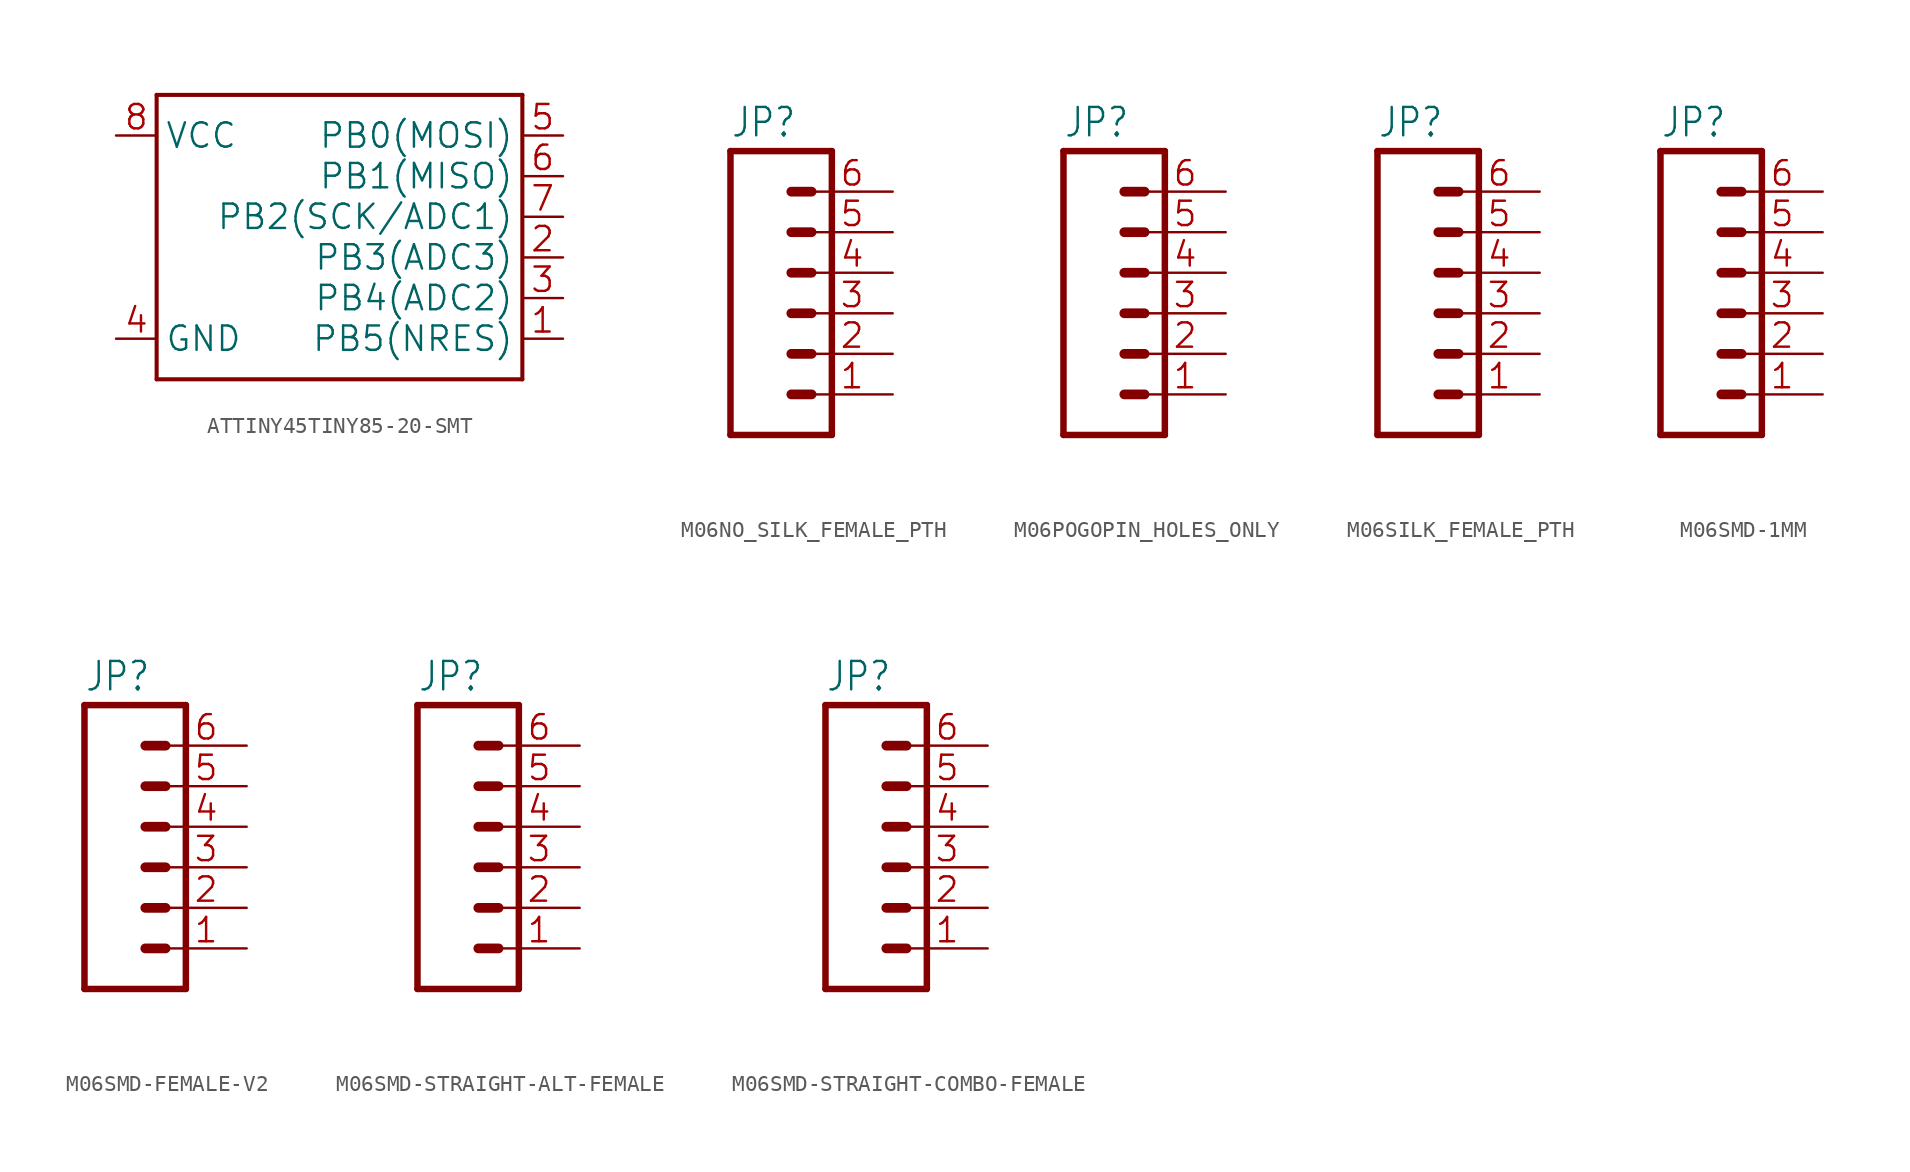
<source format=kicad_sym>
(kicad_symbol_lib
  (version 20241209)
  (generator "kicad_symbol_editor")
  (generator_version "9.0")
  (symbol "ATTINY45TINY85-20-SMT"
    (property "Reference" "U"
      (at -12.7 10.16 0)
      (effects (font (size 1.778 1.511)) (justify left bottom) (hide yes)))
    (property "ki_locked" ""
      (at 0 0 0)
      (effects (font (size 1.27 1.27))))
    (symbol "ATTINY45TINY85-20-SMT_1_0"
      (polyline (pts (xy -12.7 10.16) (xy 10.16 10.16)) (stroke (width 0.254) (type solid)) (fill (type none)))
      (polyline (pts (xy -12.7 -7.62) (xy -12.7 10.16)) (stroke (width 0.254) (type solid)) (fill (type none)))
      (polyline (pts (xy 10.16 10.16) (xy 10.16 -7.62)) (stroke (width 0.254) (type solid)) (fill (type none)))
      (polyline (pts (xy 10.16 -7.62) (xy -12.7 -7.62)) (stroke (width 0.254) (type solid)) (fill (type none)))
      (pin bidirectional line (at -15.24 7.62 0) (length 2.54) (name "VCC" (effects (font (size 1.524 1.524)))) (number "8" (effects (font (size 1.524 1.524)))))
      (pin bidirectional line (at -15.24 -5.08 0) (length 2.54) (name "GND" (effects (font (size 1.524 1.524)))) (number "4" (effects (font (size 1.524 1.524)))))
      (pin bidirectional line (at 12.7 7.62 180) (length 2.54) (name "PB0(MOSI)" (effects (font (size 1.524 1.524)))) (number "5" (effects (font (size 1.524 1.524)))))
      (pin bidirectional line (at 12.7 5.08 180) (length 2.54) (name "PB1(MISO)" (effects (font (size 1.524 1.524)))) (number "6" (effects (font (size 1.524 1.524)))))
      (pin bidirectional line (at 12.7 2.54 180) (length 2.54) (name "PB2(SCK/ADC1)" (effects (font (size 1.524 1.524)))) (number "7" (effects (font (size 1.524 1.524)))))
      (pin bidirectional line (at 12.7 0 180) (length 2.54) (name "PB3(ADC3)" (effects (font (size 1.524 1.524)))) (number "2" (effects (font (size 1.524 1.524)))))
      (pin bidirectional line (at 12.7 -2.54 180) (length 2.54) (name "PB4(ADC2)" (effects (font (size 1.524 1.524)))) (number "3" (effects (font (size 1.524 1.524)))))
      (pin bidirectional line (at 12.7 -5.08 180) (length 2.54) (name "PB5(NRES)" (effects (font (size 1.524 1.524)))) (number "1" (effects (font (size 1.524 1.524)))))))
  (symbol "M06NO_SILK_FEMALE_PTH"
    (property "Reference" "JP"
      (at -5.08 10.922 0)
      (effects (font (size 1.778 1.511)) (justify left bottom)))
    (property "Value" ""
      (at -5.08 -10.16 0)
      (effects (font (size 1.778 1.511)) (justify left bottom)))
    (property "ki_locked" ""
      (at 0 0 0)
      (effects (font (size 1.27 1.27))))
    (symbol "M06NO_SILK_FEMALE_PTH_1_0"
      (polyline (pts (xy -5.08 10.16) (xy -5.08 -7.62)) (stroke (width 0.406) (type solid)) (fill (type none)))
      (polyline (pts (xy -5.08 10.16) (xy 1.27 10.16)) (stroke (width 0.406) (type solid)) (fill (type none)))
      (polyline (pts (xy -1.27 7.62) (xy 0 7.62)) (stroke (width 0.61) (type solid)) (fill (type none)))
      (polyline (pts (xy -1.27 5.08) (xy 0 5.08)) (stroke (width 0.61) (type solid)) (fill (type none)))
      (polyline (pts (xy -1.27 2.54) (xy 0 2.54)) (stroke (width 0.61) (type solid)) (fill (type none)))
      (polyline (pts (xy -1.27 0) (xy 0 0)) (stroke (width 0.61) (type solid)) (fill (type none)))
      (polyline (pts (xy -1.27 -2.54) (xy 0 -2.54)) (stroke (width 0.61) (type solid)) (fill (type none)))
      (polyline (pts (xy -1.27 -5.08) (xy 0 -5.08)) (stroke (width 0.61) (type solid)) (fill (type none)))
      (polyline (pts (xy 1.27 -7.62) (xy -5.08 -7.62)) (stroke (width 0.406) (type solid)) (fill (type none)))
      (polyline (pts (xy 1.27 -7.62) (xy 1.27 10.16)) (stroke (width 0.406) (type solid)) (fill (type none)))
      (pin passive line (at 5.08 7.62 180) (length 5.08) (name "6" (effects (font (size 0 0)))) (number "6" (effects (font (size 1.524 1.524)))))
      (pin passive line (at 5.08 5.08 180) (length 5.08) (name "5" (effects (font (size 0 0)))) (number "5" (effects (font (size 1.524 1.524)))))
      (pin passive line (at 5.08 2.54 180) (length 5.08) (name "4" (effects (font (size 0 0)))) (number "4" (effects (font (size 1.524 1.524)))))
      (pin passive line (at 5.08 0 180) (length 5.08) (name "3" (effects (font (size 0 0)))) (number "3" (effects (font (size 1.524 1.524)))))
      (pin passive line (at 5.08 -2.54 180) (length 5.08) (name "2" (effects (font (size 0 0)))) (number "2" (effects (font (size 1.524 1.524)))))
      (pin passive line (at 5.08 -5.08 180) (length 5.08) (name "1" (effects (font (size 0 0)))) (number "1" (effects (font (size 1.524 1.524)))))))
  (symbol "M06POGOPIN_HOLES_ONLY"
    (property "Reference" "JP"
      (at -5.08 10.922 0)
      (effects (font (size 1.778 1.511)) (justify left bottom)))
    (property "Value" ""
      (at -5.08 -10.16 0)
      (effects (font (size 1.778 1.511)) (justify left bottom)))
    (property "ki_locked" ""
      (at 0 0 0)
      (effects (font (size 1.27 1.27))))
    (symbol "M06POGOPIN_HOLES_ONLY_1_0"
      (polyline (pts (xy -5.08 10.16) (xy -5.08 -7.62)) (stroke (width 0.406) (type solid)) (fill (type none)))
      (polyline (pts (xy -5.08 10.16) (xy 1.27 10.16)) (stroke (width 0.406) (type solid)) (fill (type none)))
      (polyline (pts (xy -1.27 7.62) (xy 0 7.62)) (stroke (width 0.61) (type solid)) (fill (type none)))
      (polyline (pts (xy -1.27 5.08) (xy 0 5.08)) (stroke (width 0.61) (type solid)) (fill (type none)))
      (polyline (pts (xy -1.27 2.54) (xy 0 2.54)) (stroke (width 0.61) (type solid)) (fill (type none)))
      (polyline (pts (xy -1.27 0) (xy 0 0)) (stroke (width 0.61) (type solid)) (fill (type none)))
      (polyline (pts (xy -1.27 -2.54) (xy 0 -2.54)) (stroke (width 0.61) (type solid)) (fill (type none)))
      (polyline (pts (xy -1.27 -5.08) (xy 0 -5.08)) (stroke (width 0.61) (type solid)) (fill (type none)))
      (polyline (pts (xy 1.27 -7.62) (xy -5.08 -7.62)) (stroke (width 0.406) (type solid)) (fill (type none)))
      (polyline (pts (xy 1.27 -7.62) (xy 1.27 10.16)) (stroke (width 0.406) (type solid)) (fill (type none)))
      (pin passive line (at 5.08 7.62 180) (length 5.08) (name "6" (effects (font (size 0 0)))) (number "6" (effects (font (size 1.524 1.524)))))
      (pin passive line (at 5.08 5.08 180) (length 5.08) (name "5" (effects (font (size 0 0)))) (number "5" (effects (font (size 1.524 1.524)))))
      (pin passive line (at 5.08 2.54 180) (length 5.08) (name "4" (effects (font (size 0 0)))) (number "4" (effects (font (size 1.524 1.524)))))
      (pin passive line (at 5.08 0 180) (length 5.08) (name "3" (effects (font (size 0 0)))) (number "3" (effects (font (size 1.524 1.524)))))
      (pin passive line (at 5.08 -2.54 180) (length 5.08) (name "2" (effects (font (size 0 0)))) (number "2" (effects (font (size 1.524 1.524)))))
      (pin passive line (at 5.08 -5.08 180) (length 5.08) (name "1" (effects (font (size 0 0)))) (number "1" (effects (font (size 1.524 1.524)))))))
  (symbol "M06SILK_FEMALE_PTH"
    (property "Reference" "JP"
      (at -5.08 10.922 0)
      (effects (font (size 1.778 1.511)) (justify left bottom)))
    (property "Value" ""
      (at -5.08 -10.16 0)
      (effects (font (size 1.778 1.511)) (justify left bottom)))
    (property "ki_locked" ""
      (at 0 0 0)
      (effects (font (size 1.27 1.27))))
    (symbol "M06SILK_FEMALE_PTH_1_0"
      (polyline (pts (xy -5.08 10.16) (xy -5.08 -7.62)) (stroke (width 0.406) (type solid)) (fill (type none)))
      (polyline (pts (xy -5.08 10.16) (xy 1.27 10.16)) (stroke (width 0.406) (type solid)) (fill (type none)))
      (polyline (pts (xy -1.27 7.62) (xy 0 7.62)) (stroke (width 0.61) (type solid)) (fill (type none)))
      (polyline (pts (xy -1.27 5.08) (xy 0 5.08)) (stroke (width 0.61) (type solid)) (fill (type none)))
      (polyline (pts (xy -1.27 2.54) (xy 0 2.54)) (stroke (width 0.61) (type solid)) (fill (type none)))
      (polyline (pts (xy -1.27 0) (xy 0 0)) (stroke (width 0.61) (type solid)) (fill (type none)))
      (polyline (pts (xy -1.27 -2.54) (xy 0 -2.54)) (stroke (width 0.61) (type solid)) (fill (type none)))
      (polyline (pts (xy -1.27 -5.08) (xy 0 -5.08)) (stroke (width 0.61) (type solid)) (fill (type none)))
      (polyline (pts (xy 1.27 -7.62) (xy -5.08 -7.62)) (stroke (width 0.406) (type solid)) (fill (type none)))
      (polyline (pts (xy 1.27 -7.62) (xy 1.27 10.16)) (stroke (width 0.406) (type solid)) (fill (type none)))
      (pin passive line (at 5.08 7.62 180) (length 5.08) (name "6" (effects (font (size 0 0)))) (number "6" (effects (font (size 1.524 1.524)))))
      (pin passive line (at 5.08 5.08 180) (length 5.08) (name "5" (effects (font (size 0 0)))) (number "5" (effects (font (size 1.524 1.524)))))
      (pin passive line (at 5.08 2.54 180) (length 5.08) (name "4" (effects (font (size 0 0)))) (number "4" (effects (font (size 1.524 1.524)))))
      (pin passive line (at 5.08 0 180) (length 5.08) (name "3" (effects (font (size 0 0)))) (number "3" (effects (font (size 1.524 1.524)))))
      (pin passive line (at 5.08 -2.54 180) (length 5.08) (name "2" (effects (font (size 0 0)))) (number "2" (effects (font (size 1.524 1.524)))))
      (pin passive line (at 5.08 -5.08 180) (length 5.08) (name "1" (effects (font (size 0 0)))) (number "1" (effects (font (size 1.524 1.524)))))))
  (symbol "M06SMD-1MM"
    (property "Reference" "JP"
      (at -5.08 10.922 0)
      (effects (font (size 1.778 1.511)) (justify left bottom)))
    (property "Value" ""
      (at -5.08 -10.16 0)
      (effects (font (size 1.778 1.511)) (justify left bottom)))
    (property "ki_locked" ""
      (at 0 0 0)
      (effects (font (size 1.27 1.27))))
    (symbol "M06SMD-1MM_1_0"
      (polyline (pts (xy -5.08 10.16) (xy -5.08 -7.62)) (stroke (width 0.406) (type solid)) (fill (type none)))
      (polyline (pts (xy -5.08 10.16) (xy 1.27 10.16)) (stroke (width 0.406) (type solid)) (fill (type none)))
      (polyline (pts (xy -1.27 7.62) (xy 0 7.62)) (stroke (width 0.61) (type solid)) (fill (type none)))
      (polyline (pts (xy -1.27 5.08) (xy 0 5.08)) (stroke (width 0.61) (type solid)) (fill (type none)))
      (polyline (pts (xy -1.27 2.54) (xy 0 2.54)) (stroke (width 0.61) (type solid)) (fill (type none)))
      (polyline (pts (xy -1.27 0) (xy 0 0)) (stroke (width 0.61) (type solid)) (fill (type none)))
      (polyline (pts (xy -1.27 -2.54) (xy 0 -2.54)) (stroke (width 0.61) (type solid)) (fill (type none)))
      (polyline (pts (xy -1.27 -5.08) (xy 0 -5.08)) (stroke (width 0.61) (type solid)) (fill (type none)))
      (polyline (pts (xy 1.27 -7.62) (xy -5.08 -7.62)) (stroke (width 0.406) (type solid)) (fill (type none)))
      (polyline (pts (xy 1.27 -7.62) (xy 1.27 10.16)) (stroke (width 0.406) (type solid)) (fill (type none)))
      (pin passive line (at 5.08 7.62 180) (length 5.08) (name "6" (effects (font (size 0 0)))) (number "6" (effects (font (size 1.524 1.524)))))
      (pin passive line (at 5.08 5.08 180) (length 5.08) (name "5" (effects (font (size 0 0)))) (number "5" (effects (font (size 1.524 1.524)))))
      (pin passive line (at 5.08 2.54 180) (length 5.08) (name "4" (effects (font (size 0 0)))) (number "4" (effects (font (size 1.524 1.524)))))
      (pin passive line (at 5.08 0 180) (length 5.08) (name "3" (effects (font (size 0 0)))) (number "3" (effects (font (size 1.524 1.524)))))
      (pin passive line (at 5.08 -2.54 180) (length 5.08) (name "2" (effects (font (size 0 0)))) (number "2" (effects (font (size 1.524 1.524)))))
      (pin passive line (at 5.08 -5.08 180) (length 5.08) (name "1" (effects (font (size 0 0)))) (number "1" (effects (font (size 1.524 1.524)))))))
  (symbol "M06SMD-FEMALE-V2"
    (property "Reference" "JP"
      (at -5.08 10.922 0)
      (effects (font (size 1.778 1.511)) (justify left bottom)))
    (property "Value" ""
      (at -5.08 -10.16 0)
      (effects (font (size 1.778 1.511)) (justify left bottom)))
    (property "ki_locked" ""
      (at 0 0 0)
      (effects (font (size 1.27 1.27))))
    (symbol "M06SMD-FEMALE-V2_1_0"
      (polyline (pts (xy -5.08 10.16) (xy -5.08 -7.62)) (stroke (width 0.406) (type solid)) (fill (type none)))
      (polyline (pts (xy -5.08 10.16) (xy 1.27 10.16)) (stroke (width 0.406) (type solid)) (fill (type none)))
      (polyline (pts (xy -1.27 7.62) (xy 0 7.62)) (stroke (width 0.61) (type solid)) (fill (type none)))
      (polyline (pts (xy -1.27 5.08) (xy 0 5.08)) (stroke (width 0.61) (type solid)) (fill (type none)))
      (polyline (pts (xy -1.27 2.54) (xy 0 2.54)) (stroke (width 0.61) (type solid)) (fill (type none)))
      (polyline (pts (xy -1.27 0) (xy 0 0)) (stroke (width 0.61) (type solid)) (fill (type none)))
      (polyline (pts (xy -1.27 -2.54) (xy 0 -2.54)) (stroke (width 0.61) (type solid)) (fill (type none)))
      (polyline (pts (xy -1.27 -5.08) (xy 0 -5.08)) (stroke (width 0.61) (type solid)) (fill (type none)))
      (polyline (pts (xy 1.27 -7.62) (xy -5.08 -7.62)) (stroke (width 0.406) (type solid)) (fill (type none)))
      (polyline (pts (xy 1.27 -7.62) (xy 1.27 10.16)) (stroke (width 0.406) (type solid)) (fill (type none)))
      (pin passive line (at 5.08 7.62 180) (length 5.08) (name "6" (effects (font (size 0 0)))) (number "6" (effects (font (size 1.524 1.524)))))
      (pin passive line (at 5.08 5.08 180) (length 5.08) (name "5" (effects (font (size 0 0)))) (number "5" (effects (font (size 1.524 1.524)))))
      (pin passive line (at 5.08 2.54 180) (length 5.08) (name "4" (effects (font (size 0 0)))) (number "4" (effects (font (size 1.524 1.524)))))
      (pin passive line (at 5.08 0 180) (length 5.08) (name "3" (effects (font (size 0 0)))) (number "3" (effects (font (size 1.524 1.524)))))
      (pin passive line (at 5.08 -2.54 180) (length 5.08) (name "2" (effects (font (size 0 0)))) (number "2" (effects (font (size 1.524 1.524)))))
      (pin passive line (at 5.08 -5.08 180) (length 5.08) (name "1" (effects (font (size 0 0)))) (number "1" (effects (font (size 1.524 1.524)))))))
  (symbol "M06SMD-STRAIGHT-ALT-FEMALE"
    (property "Reference" "JP"
      (at -5.08 10.922 0)
      (effects (font (size 1.778 1.511)) (justify left bottom)))
    (property "Value" ""
      (at -5.08 -10.16 0)
      (effects (font (size 1.778 1.511)) (justify left bottom)))
    (property "ki_locked" ""
      (at 0 0 0)
      (effects (font (size 1.27 1.27))))
    (symbol "M06SMD-STRAIGHT-ALT-FEMALE_1_0"
      (polyline (pts (xy -5.08 10.16) (xy -5.08 -7.62)) (stroke (width 0.406) (type solid)) (fill (type none)))
      (polyline (pts (xy -5.08 10.16) (xy 1.27 10.16)) (stroke (width 0.406) (type solid)) (fill (type none)))
      (polyline (pts (xy -1.27 7.62) (xy 0 7.62)) (stroke (width 0.61) (type solid)) (fill (type none)))
      (polyline (pts (xy -1.27 5.08) (xy 0 5.08)) (stroke (width 0.61) (type solid)) (fill (type none)))
      (polyline (pts (xy -1.27 2.54) (xy 0 2.54)) (stroke (width 0.61) (type solid)) (fill (type none)))
      (polyline (pts (xy -1.27 0) (xy 0 0)) (stroke (width 0.61) (type solid)) (fill (type none)))
      (polyline (pts (xy -1.27 -2.54) (xy 0 -2.54)) (stroke (width 0.61) (type solid)) (fill (type none)))
      (polyline (pts (xy -1.27 -5.08) (xy 0 -5.08)) (stroke (width 0.61) (type solid)) (fill (type none)))
      (polyline (pts (xy 1.27 -7.62) (xy -5.08 -7.62)) (stroke (width 0.406) (type solid)) (fill (type none)))
      (polyline (pts (xy 1.27 -7.62) (xy 1.27 10.16)) (stroke (width 0.406) (type solid)) (fill (type none)))
      (pin passive line (at 5.08 7.62 180) (length 5.08) (name "6" (effects (font (size 0 0)))) (number "6" (effects (font (size 1.524 1.524)))))
      (pin passive line (at 5.08 5.08 180) (length 5.08) (name "5" (effects (font (size 0 0)))) (number "5" (effects (font (size 1.524 1.524)))))
      (pin passive line (at 5.08 2.54 180) (length 5.08) (name "4" (effects (font (size 0 0)))) (number "4" (effects (font (size 1.524 1.524)))))
      (pin passive line (at 5.08 0 180) (length 5.08) (name "3" (effects (font (size 0 0)))) (number "3" (effects (font (size 1.524 1.524)))))
      (pin passive line (at 5.08 -2.54 180) (length 5.08) (name "2" (effects (font (size 0 0)))) (number "2" (effects (font (size 1.524 1.524)))))
      (pin passive line (at 5.08 -5.08 180) (length 5.08) (name "1" (effects (font (size 0 0)))) (number "1" (effects (font (size 1.524 1.524)))))))
  (symbol "M06SMD-STRAIGHT-COMBO-FEMALE"
    (property "Reference" "JP"
      (at -5.08 10.922 0)
      (effects (font (size 1.778 1.511)) (justify left bottom)))
    (property "Value" ""
      (at -5.08 -10.16 0)
      (effects (font (size 1.778 1.511)) (justify left bottom)))
    (property "ki_locked" ""
      (at 0 0 0)
      (effects (font (size 1.27 1.27))))
    (symbol "M06SMD-STRAIGHT-COMBO-FEMALE_1_0"
      (polyline (pts (xy -5.08 10.16) (xy -5.08 -7.62)) (stroke (width 0.406) (type solid)) (fill (type none)))
      (polyline (pts (xy -5.08 10.16) (xy 1.27 10.16)) (stroke (width 0.406) (type solid)) (fill (type none)))
      (polyline (pts (xy -1.27 7.62) (xy 0 7.62)) (stroke (width 0.61) (type solid)) (fill (type none)))
      (polyline (pts (xy -1.27 5.08) (xy 0 5.08)) (stroke (width 0.61) (type solid)) (fill (type none)))
      (polyline (pts (xy -1.27 2.54) (xy 0 2.54)) (stroke (width 0.61) (type solid)) (fill (type none)))
      (polyline (pts (xy -1.27 0) (xy 0 0)) (stroke (width 0.61) (type solid)) (fill (type none)))
      (polyline (pts (xy -1.27 -2.54) (xy 0 -2.54)) (stroke (width 0.61) (type solid)) (fill (type none)))
      (polyline (pts (xy -1.27 -5.08) (xy 0 -5.08)) (stroke (width 0.61) (type solid)) (fill (type none)))
      (polyline (pts (xy 1.27 -7.62) (xy -5.08 -7.62)) (stroke (width 0.406) (type solid)) (fill (type none)))
      (polyline (pts (xy 1.27 -7.62) (xy 1.27 10.16)) (stroke (width 0.406) (type solid)) (fill (type none)))
      (pin passive line (at 5.08 7.62 180) (length 5.08) (name "6" (effects (font (size 0 0)))) (number "6" (effects (font (size 1.524 1.524)))))
      (pin passive line (at 5.08 5.08 180) (length 5.08) (name "5" (effects (font (size 0 0)))) (number "5" (effects (font (size 1.524 1.524)))))
      (pin passive line (at 5.08 2.54 180) (length 5.08) (name "4" (effects (font (size 0 0)))) (number "4" (effects (font (size 1.524 1.524)))))
      (pin passive line (at 5.08 0 180) (length 5.08) (name "3" (effects (font (size 0 0)))) (number "3" (effects (font (size 1.524 1.524)))))
      (pin passive line (at 5.08 -2.54 180) (length 5.08) (name "2" (effects (font (size 0 0)))) (number "2" (effects (font (size 1.524 1.524)))))
      (pin passive line (at 5.08 -5.08 180) (length 5.08) (name "1" (effects (font (size 0 0)))) (number "1" (effects (font (size 1.524 1.524))))))))
</source>
